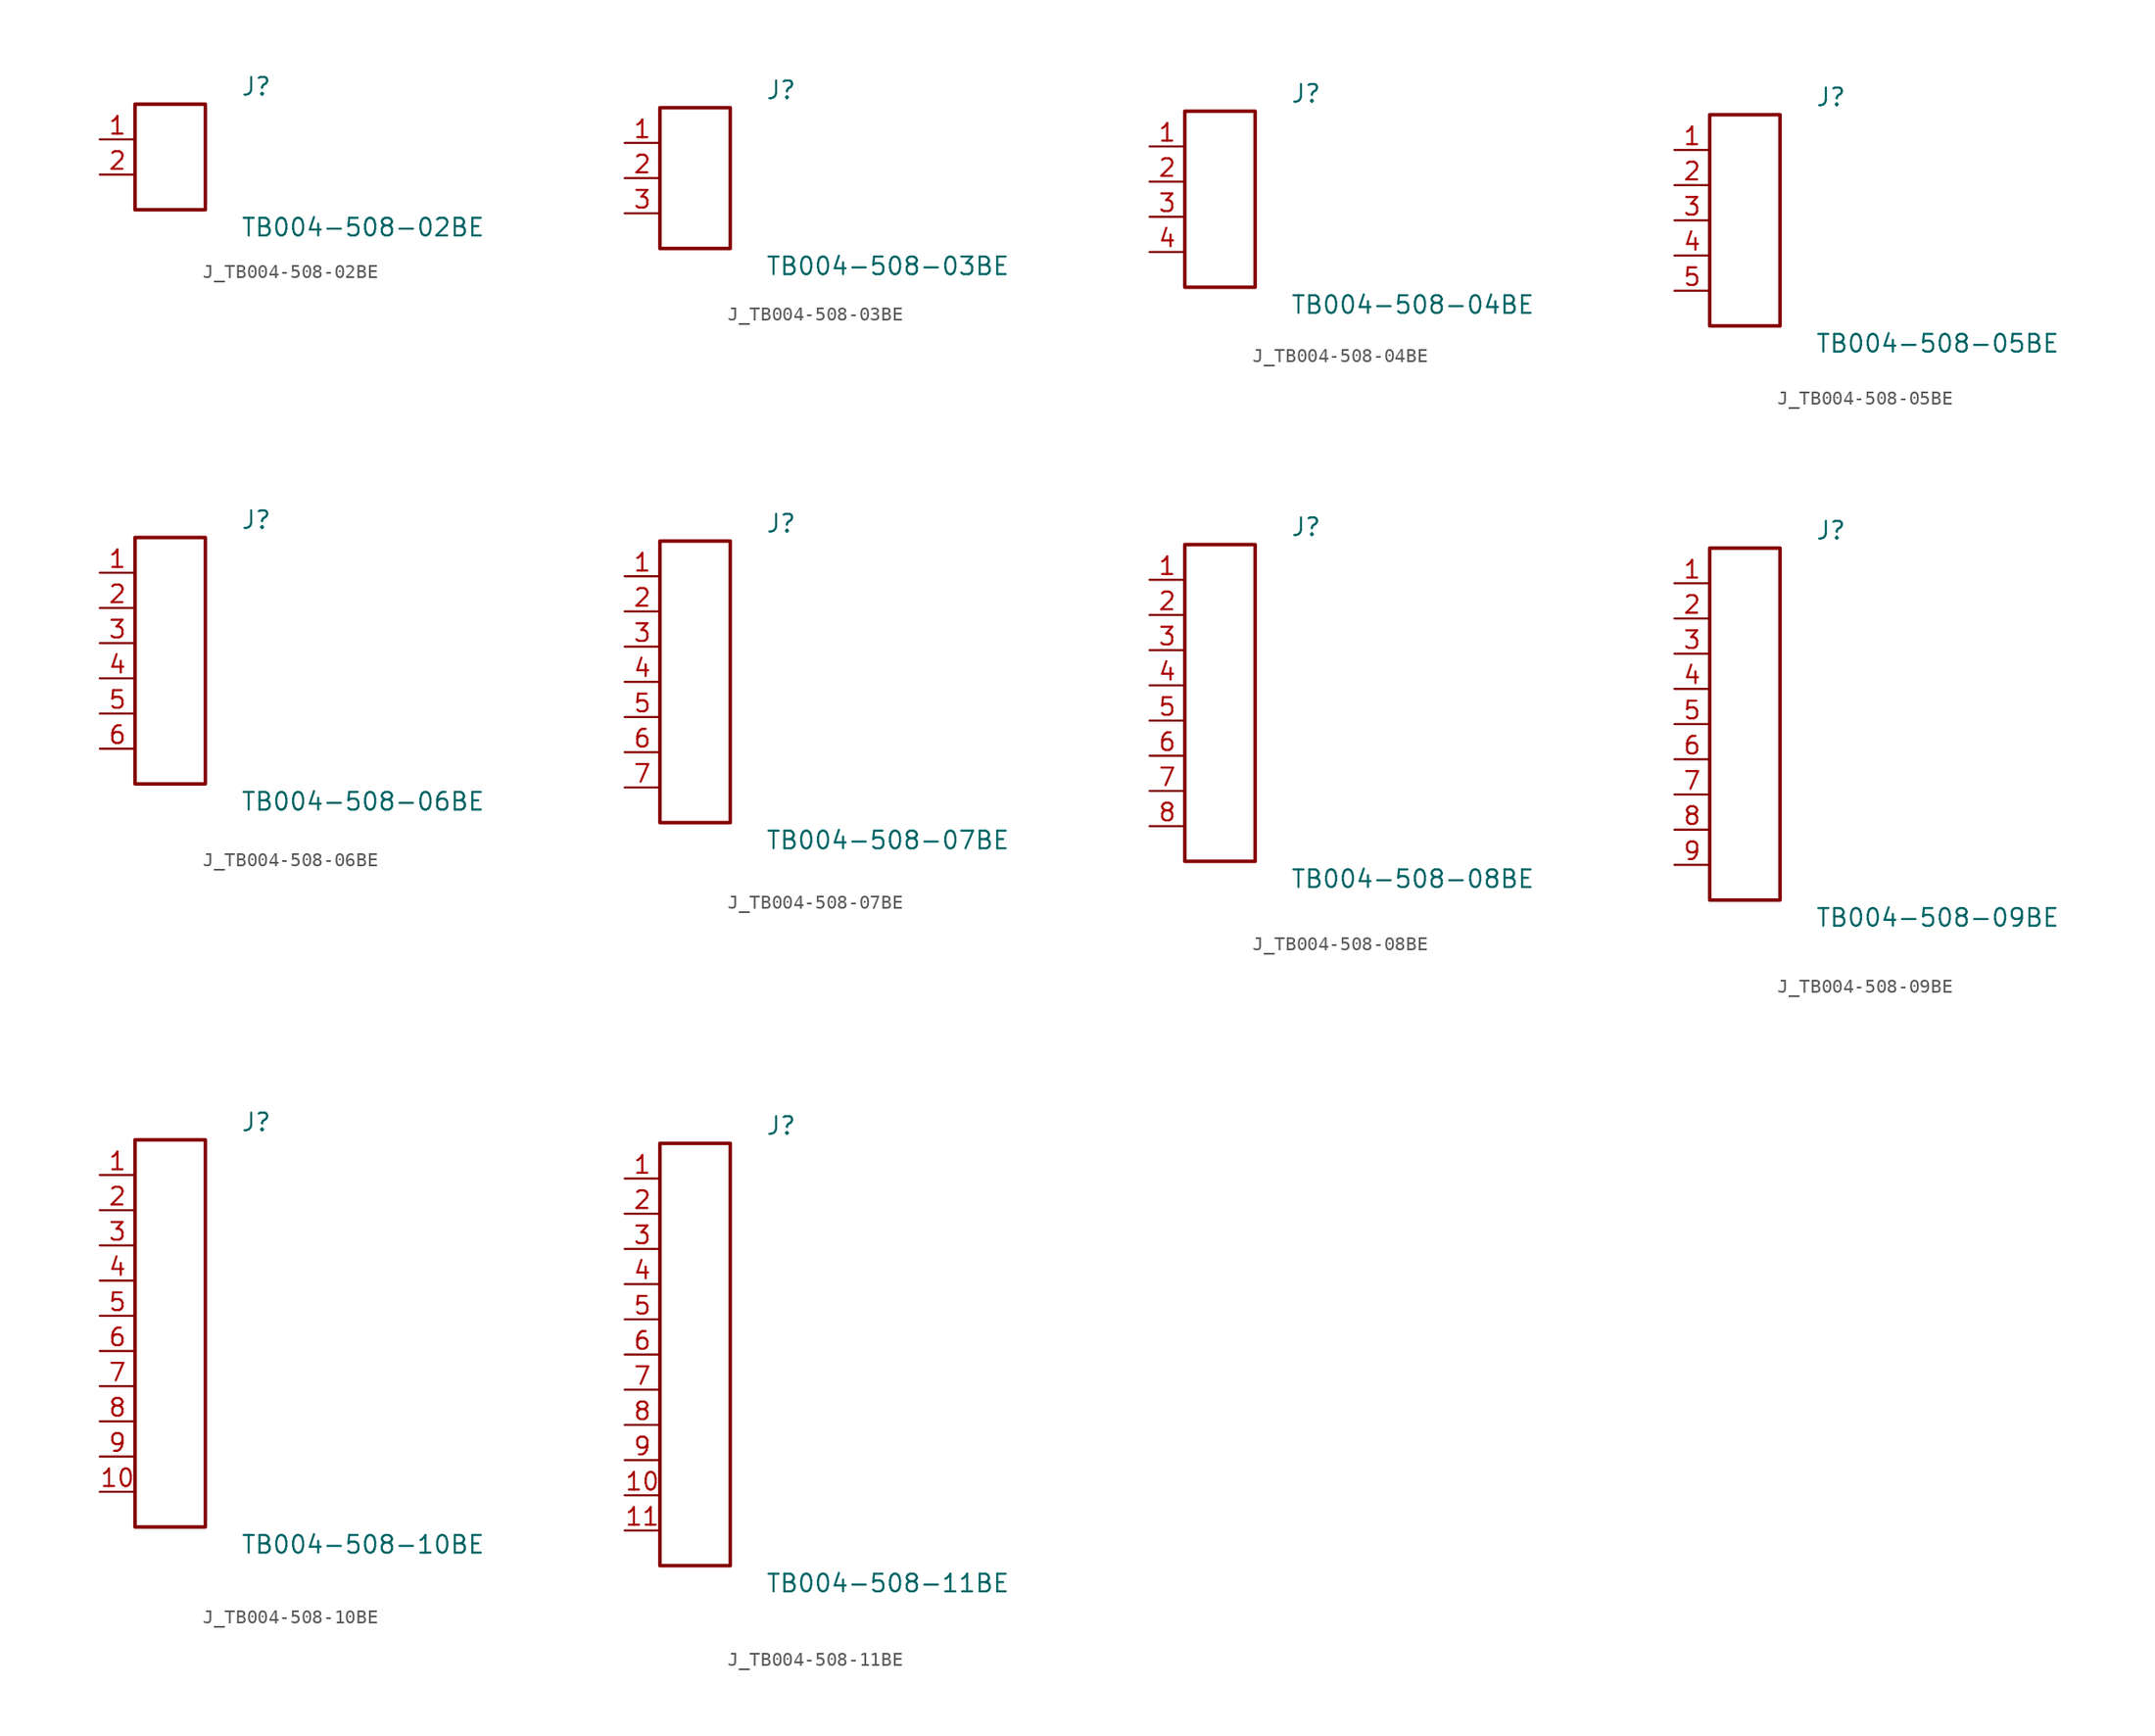
<source format=kicad_sym>
(kicad_symbol_lib
  (version 20231120)
  (generator kicad_symbol_editor)
  (generator_version 8.0)
  (symbol "J_TB004-508-02BE"
    (pin_names
      (offset 0.254))
    (property "Reference" "J"
      (at 5.08 5.08 0)
      (effects (font (size 1.27 1.27)) (justify left)))
    (property "Value" "TB004-508-02BE"
      (at 5.08 -5.08 0)
      (effects (font (size 1.27 1.27)) (justify left)))
    (symbol "J_TB004-508-02BE_0_0"
      (pin passive line (at -5.08 1.27 0) (length 2.54) (name "" (effects (font (size 1.27 1.27)))) (number "1" (effects (font (size 1.27 1.27)))))
      (pin passive line (at -5.08 -1.27 0) (length 2.54) (name "" (effects (font (size 1.27 1.27)))) (number "2" (effects (font (size 1.27 1.27))))))
    (symbol "J_TB004-508-02BE_1_0"
      (rectangle (start -2.54 3.81) (end 2.54 -3.81) (stroke (width 0.254) (type solid)) (fill (type none)))))
  (symbol "J_TB004-508-03BE"
    (pin_names
      (offset 0.254))
    (property "Reference" "J"
      (at 5.08 6.35 0)
      (effects (font (size 1.27 1.27)) (justify left)))
    (property "Value" "TB004-508-03BE"
      (at 5.08 -6.35 0)
      (effects (font (size 1.27 1.27)) (justify left)))
    (symbol "J_TB004-508-03BE_0_0"
      (pin passive line (at -5.08 2.54 0) (length 2.54) (name "" (effects (font (size 1.27 1.27)))) (number "1" (effects (font (size 1.27 1.27)))))
      (pin passive line (at -5.08 0.0 0) (length 2.54) (name "" (effects (font (size 1.27 1.27)))) (number "2" (effects (font (size 1.27 1.27)))))
      (pin passive line (at -5.08 -2.54 0) (length 2.54) (name "" (effects (font (size 1.27 1.27)))) (number "3" (effects (font (size 1.27 1.27))))))
    (symbol "J_TB004-508-03BE_1_0"
      (rectangle (start -2.54 5.08) (end 2.54 -5.08) (stroke (width 0.254) (type solid)) (fill (type none)))))
  (symbol "J_TB004-508-04BE"
    (pin_names
      (offset 0.254))
    (property "Reference" "J"
      (at 5.08 7.62 0)
      (effects (font (size 1.27 1.27)) (justify left)))
    (property "Value" "TB004-508-04BE"
      (at 5.08 -7.62 0)
      (effects (font (size 1.27 1.27)) (justify left)))
    (symbol "J_TB004-508-04BE_0_0"
      (pin passive line (at -5.08 3.81 0) (length 2.54) (name "" (effects (font (size 1.27 1.27)))) (number "1" (effects (font (size 1.27 1.27)))))
      (pin passive line (at -5.08 1.27 0) (length 2.54) (name "" (effects (font (size 1.27 1.27)))) (number "2" (effects (font (size 1.27 1.27)))))
      (pin passive line (at -5.08 -1.27 0) (length 2.54) (name "" (effects (font (size 1.27 1.27)))) (number "3" (effects (font (size 1.27 1.27)))))
      (pin passive line (at -5.08 -3.81 0) (length 2.54) (name "" (effects (font (size 1.27 1.27)))) (number "4" (effects (font (size 1.27 1.27))))))
    (symbol "J_TB004-508-04BE_1_0"
      (rectangle (start -2.54 6.35) (end 2.54 -6.35) (stroke (width 0.254) (type solid)) (fill (type none)))))
  (symbol "J_TB004-508-05BE"
    (pin_names
      (offset 0.254))
    (property "Reference" "J"
      (at 5.08 8.89 0)
      (effects (font (size 1.27 1.27)) (justify left)))
    (property "Value" "TB004-508-05BE"
      (at 5.08 -8.89 0)
      (effects (font (size 1.27 1.27)) (justify left)))
    (symbol "J_TB004-508-05BE_0_0"
      (pin passive line (at -5.08 5.08 0) (length 2.54) (name "" (effects (font (size 1.27 1.27)))) (number "1" (effects (font (size 1.27 1.27)))))
      (pin passive line (at -5.08 2.54 0) (length 2.54) (name "" (effects (font (size 1.27 1.27)))) (number "2" (effects (font (size 1.27 1.27)))))
      (pin passive line (at -5.08 0.0 0) (length 2.54) (name "" (effects (font (size 1.27 1.27)))) (number "3" (effects (font (size 1.27 1.27)))))
      (pin passive line (at -5.08 -2.54 0) (length 2.54) (name "" (effects (font (size 1.27 1.27)))) (number "4" (effects (font (size 1.27 1.27)))))
      (pin passive line (at -5.08 -5.08 0) (length 2.54) (name "" (effects (font (size 1.27 1.27)))) (number "5" (effects (font (size 1.27 1.27))))))
    (symbol "J_TB004-508-05BE_1_0"
      (rectangle (start -2.54 7.62) (end 2.54 -7.62) (stroke (width 0.254) (type solid)) (fill (type none)))))
  (symbol "J_TB004-508-06BE"
    (pin_names
      (offset 0.254))
    (property "Reference" "J"
      (at 5.08 10.16 0)
      (effects (font (size 1.27 1.27)) (justify left)))
    (property "Value" "TB004-508-06BE"
      (at 5.08 -10.16 0)
      (effects (font (size 1.27 1.27)) (justify left)))
    (symbol "J_TB004-508-06BE_0_0"
      (pin passive line (at -5.08 6.35 0) (length 2.54) (name "" (effects (font (size 1.27 1.27)))) (number "1" (effects (font (size 1.27 1.27)))))
      (pin passive line (at -5.08 3.81 0) (length 2.54) (name "" (effects (font (size 1.27 1.27)))) (number "2" (effects (font (size 1.27 1.27)))))
      (pin passive line (at -5.08 1.27 0) (length 2.54) (name "" (effects (font (size 1.27 1.27)))) (number "3" (effects (font (size 1.27 1.27)))))
      (pin passive line (at -5.08 -1.27 0) (length 2.54) (name "" (effects (font (size 1.27 1.27)))) (number "4" (effects (font (size 1.27 1.27)))))
      (pin passive line (at -5.08 -3.81 0) (length 2.54) (name "" (effects (font (size 1.27 1.27)))) (number "5" (effects (font (size 1.27 1.27)))))
      (pin passive line (at -5.08 -6.35 0) (length 2.54) (name "" (effects (font (size 1.27 1.27)))) (number "6" (effects (font (size 1.27 1.27))))))
    (symbol "J_TB004-508-06BE_1_0"
      (rectangle (start -2.54 8.89) (end 2.54 -8.89) (stroke (width 0.254) (type solid)) (fill (type none)))))
  (symbol "J_TB004-508-07BE"
    (pin_names
      (offset 0.254))
    (property "Reference" "J"
      (at 5.08 11.43 0)
      (effects (font (size 1.27 1.27)) (justify left)))
    (property "Value" "TB004-508-07BE"
      (at 5.08 -11.43 0)
      (effects (font (size 1.27 1.27)) (justify left)))
    (symbol "J_TB004-508-07BE_0_0"
      (pin passive line (at -5.08 7.62 0) (length 2.54) (name "" (effects (font (size 1.27 1.27)))) (number "1" (effects (font (size 1.27 1.27)))))
      (pin passive line (at -5.08 5.08 0) (length 2.54) (name "" (effects (font (size 1.27 1.27)))) (number "2" (effects (font (size 1.27 1.27)))))
      (pin passive line (at -5.08 2.54 0) (length 2.54) (name "" (effects (font (size 1.27 1.27)))) (number "3" (effects (font (size 1.27 1.27)))))
      (pin passive line (at -5.08 0.0 0) (length 2.54) (name "" (effects (font (size 1.27 1.27)))) (number "4" (effects (font (size 1.27 1.27)))))
      (pin passive line (at -5.08 -2.54 0) (length 2.54) (name "" (effects (font (size 1.27 1.27)))) (number "5" (effects (font (size 1.27 1.27)))))
      (pin passive line (at -5.08 -5.08 0) (length 2.54) (name "" (effects (font (size 1.27 1.27)))) (number "6" (effects (font (size 1.27 1.27)))))
      (pin passive line (at -5.08 -7.62 0) (length 2.54) (name "" (effects (font (size 1.27 1.27)))) (number "7" (effects (font (size 1.27 1.27))))))
    (symbol "J_TB004-508-07BE_1_0"
      (rectangle (start -2.54 10.16) (end 2.54 -10.16) (stroke (width 0.254) (type solid)) (fill (type none)))))
  (symbol "J_TB004-508-08BE"
    (pin_names
      (offset 0.254))
    (property "Reference" "J"
      (at 5.08 12.7 0)
      (effects (font (size 1.27 1.27)) (justify left)))
    (property "Value" "TB004-508-08BE"
      (at 5.08 -12.7 0)
      (effects (font (size 1.27 1.27)) (justify left)))
    (symbol "J_TB004-508-08BE_0_0"
      (pin passive line (at -5.08 8.89 0) (length 2.54) (name "" (effects (font (size 1.27 1.27)))) (number "1" (effects (font (size 1.27 1.27)))))
      (pin passive line (at -5.08 6.35 0) (length 2.54) (name "" (effects (font (size 1.27 1.27)))) (number "2" (effects (font (size 1.27 1.27)))))
      (pin passive line (at -5.08 3.81 0) (length 2.54) (name "" (effects (font (size 1.27 1.27)))) (number "3" (effects (font (size 1.27 1.27)))))
      (pin passive line (at -5.08 1.27 0) (length 2.54) (name "" (effects (font (size 1.27 1.27)))) (number "4" (effects (font (size 1.27 1.27)))))
      (pin passive line (at -5.08 -1.27 0) (length 2.54) (name "" (effects (font (size 1.27 1.27)))) (number "5" (effects (font (size 1.27 1.27)))))
      (pin passive line (at -5.08 -3.81 0) (length 2.54) (name "" (effects (font (size 1.27 1.27)))) (number "6" (effects (font (size 1.27 1.27)))))
      (pin passive line (at -5.08 -6.35 0) (length 2.54) (name "" (effects (font (size 1.27 1.27)))) (number "7" (effects (font (size 1.27 1.27)))))
      (pin passive line (at -5.08 -8.89 0) (length 2.54) (name "" (effects (font (size 1.27 1.27)))) (number "8" (effects (font (size 1.27 1.27))))))
    (symbol "J_TB004-508-08BE_1_0"
      (rectangle (start -2.54 11.43) (end 2.54 -11.43) (stroke (width 0.254) (type solid)) (fill (type none)))))
  (symbol "J_TB004-508-09BE"
    (pin_names
      (offset 0.254))
    (property "Reference" "J"
      (at 5.08 13.97 0)
      (effects (font (size 1.27 1.27)) (justify left)))
    (property "Value" "TB004-508-09BE"
      (at 5.08 -13.97 0)
      (effects (font (size 1.27 1.27)) (justify left)))
    (symbol "J_TB004-508-09BE_0_0"
      (pin passive line (at -5.08 10.16 0) (length 2.54) (name "" (effects (font (size 1.27 1.27)))) (number "1" (effects (font (size 1.27 1.27)))))
      (pin passive line (at -5.08 7.62 0) (length 2.54) (name "" (effects (font (size 1.27 1.27)))) (number "2" (effects (font (size 1.27 1.27)))))
      (pin passive line (at -5.08 5.08 0) (length 2.54) (name "" (effects (font (size 1.27 1.27)))) (number "3" (effects (font (size 1.27 1.27)))))
      (pin passive line (at -5.08 2.54 0) (length 2.54) (name "" (effects (font (size 1.27 1.27)))) (number "4" (effects (font (size 1.27 1.27)))))
      (pin passive line (at -5.08 0.0 0) (length 2.54) (name "" (effects (font (size 1.27 1.27)))) (number "5" (effects (font (size 1.27 1.27)))))
      (pin passive line (at -5.08 -2.54 0) (length 2.54) (name "" (effects (font (size 1.27 1.27)))) (number "6" (effects (font (size 1.27 1.27)))))
      (pin passive line (at -5.08 -5.08 0) (length 2.54) (name "" (effects (font (size 1.27 1.27)))) (number "7" (effects (font (size 1.27 1.27)))))
      (pin passive line (at -5.08 -7.62 0) (length 2.54) (name "" (effects (font (size 1.27 1.27)))) (number "8" (effects (font (size 1.27 1.27)))))
      (pin passive line (at -5.08 -10.16 0) (length 2.54) (name "" (effects (font (size 1.27 1.27)))) (number "9" (effects (font (size 1.27 1.27))))))
    (symbol "J_TB004-508-09BE_1_0"
      (rectangle (start -2.54 12.7) (end 2.54 -12.7) (stroke (width 0.254) (type solid)) (fill (type none)))))
  (symbol "J_TB004-508-10BE"
    (pin_names
      (offset 0.254))
    (property "Reference" "J"
      (at 5.08 15.24 0)
      (effects (font (size 1.27 1.27)) (justify left)))
    (property "Value" "TB004-508-10BE"
      (at 5.08 -15.24 0)
      (effects (font (size 1.27 1.27)) (justify left)))
    (symbol "J_TB004-508-10BE_0_0"
      (pin passive line (at -5.08 11.43 0) (length 2.54) (name "" (effects (font (size 1.27 1.27)))) (number "1" (effects (font (size 1.27 1.27)))))
      (pin passive line (at -5.08 8.89 0) (length 2.54) (name "" (effects (font (size 1.27 1.27)))) (number "2" (effects (font (size 1.27 1.27)))))
      (pin passive line (at -5.08 6.35 0) (length 2.54) (name "" (effects (font (size 1.27 1.27)))) (number "3" (effects (font (size 1.27 1.27)))))
      (pin passive line (at -5.08 3.81 0) (length 2.54) (name "" (effects (font (size 1.27 1.27)))) (number "4" (effects (font (size 1.27 1.27)))))
      (pin passive line (at -5.08 1.27 0) (length 2.54) (name "" (effects (font (size 1.27 1.27)))) (number "5" (effects (font (size 1.27 1.27)))))
      (pin passive line (at -5.08 -1.27 0) (length 2.54) (name "" (effects (font (size 1.27 1.27)))) (number "6" (effects (font (size 1.27 1.27)))))
      (pin passive line (at -5.08 -3.81 0) (length 2.54) (name "" (effects (font (size 1.27 1.27)))) (number "7" (effects (font (size 1.27 1.27)))))
      (pin passive line (at -5.08 -6.35 0) (length 2.54) (name "" (effects (font (size 1.27 1.27)))) (number "8" (effects (font (size 1.27 1.27)))))
      (pin passive line (at -5.08 -8.89 0) (length 2.54) (name "" (effects (font (size 1.27 1.27)))) (number "9" (effects (font (size 1.27 1.27)))))
      (pin passive line (at -5.08 -11.43 0) (length 2.54) (name "" (effects (font (size 1.27 1.27)))) (number "10" (effects (font (size 1.27 1.27))))))
    (symbol "J_TB004-508-10BE_1_0"
      (rectangle (start -2.54 13.97) (end 2.54 -13.97) (stroke (width 0.254) (type solid)) (fill (type none)))))
  (symbol "J_TB004-508-11BE"
    (pin_names
      (offset 0.254))
    (property "Reference" "J"
      (at 5.08 16.51 0)
      (effects (font (size 1.27 1.27)) (justify left)))
    (property "Value" "TB004-508-11BE"
      (at 5.08 -16.51 0)
      (effects (font (size 1.27 1.27)) (justify left)))
    (symbol "J_TB004-508-11BE_0_0"
      (pin passive line (at -5.08 12.7 0) (length 2.54) (name "" (effects (font (size 1.27 1.27)))) (number "1" (effects (font (size 1.27 1.27)))))
      (pin passive line (at -5.08 10.16 0) (length 2.54) (name "" (effects (font (size 1.27 1.27)))) (number "2" (effects (font (size 1.27 1.27)))))
      (pin passive line (at -5.08 7.62 0) (length 2.54) (name "" (effects (font (size 1.27 1.27)))) (number "3" (effects (font (size 1.27 1.27)))))
      (pin passive line (at -5.08 5.08 0) (length 2.54) (name "" (effects (font (size 1.27 1.27)))) (number "4" (effects (font (size 1.27 1.27)))))
      (pin passive line (at -5.08 2.54 0) (length 2.54) (name "" (effects (font (size 1.27 1.27)))) (number "5" (effects (font (size 1.27 1.27)))))
      (pin passive line (at -5.08 0.0 0) (length 2.54) (name "" (effects (font (size 1.27 1.27)))) (number "6" (effects (font (size 1.27 1.27)))))
      (pin passive line (at -5.08 -2.54 0) (length 2.54) (name "" (effects (font (size 1.27 1.27)))) (number "7" (effects (font (size 1.27 1.27)))))
      (pin passive line (at -5.08 -5.08 0) (length 2.54) (name "" (effects (font (size 1.27 1.27)))) (number "8" (effects (font (size 1.27 1.27)))))
      (pin passive line (at -5.08 -7.62 0) (length 2.54) (name "" (effects (font (size 1.27 1.27)))) (number "9" (effects (font (size 1.27 1.27)))))
      (pin passive line (at -5.08 -10.16 0) (length 2.54) (name "" (effects (font (size 1.27 1.27)))) (number "10" (effects (font (size 1.27 1.27)))))
      (pin passive line (at -5.08 -12.7 0) (length 2.54) (name "" (effects (font (size 1.27 1.27)))) (number "11" (effects (font (size 1.27 1.27))))))
    (symbol "J_TB004-508-11BE_1_0"
      (rectangle (start -2.54 15.24) (end 2.54 -15.24) (stroke (width 0.254) (type solid)) (fill (type none))))))
</source>
